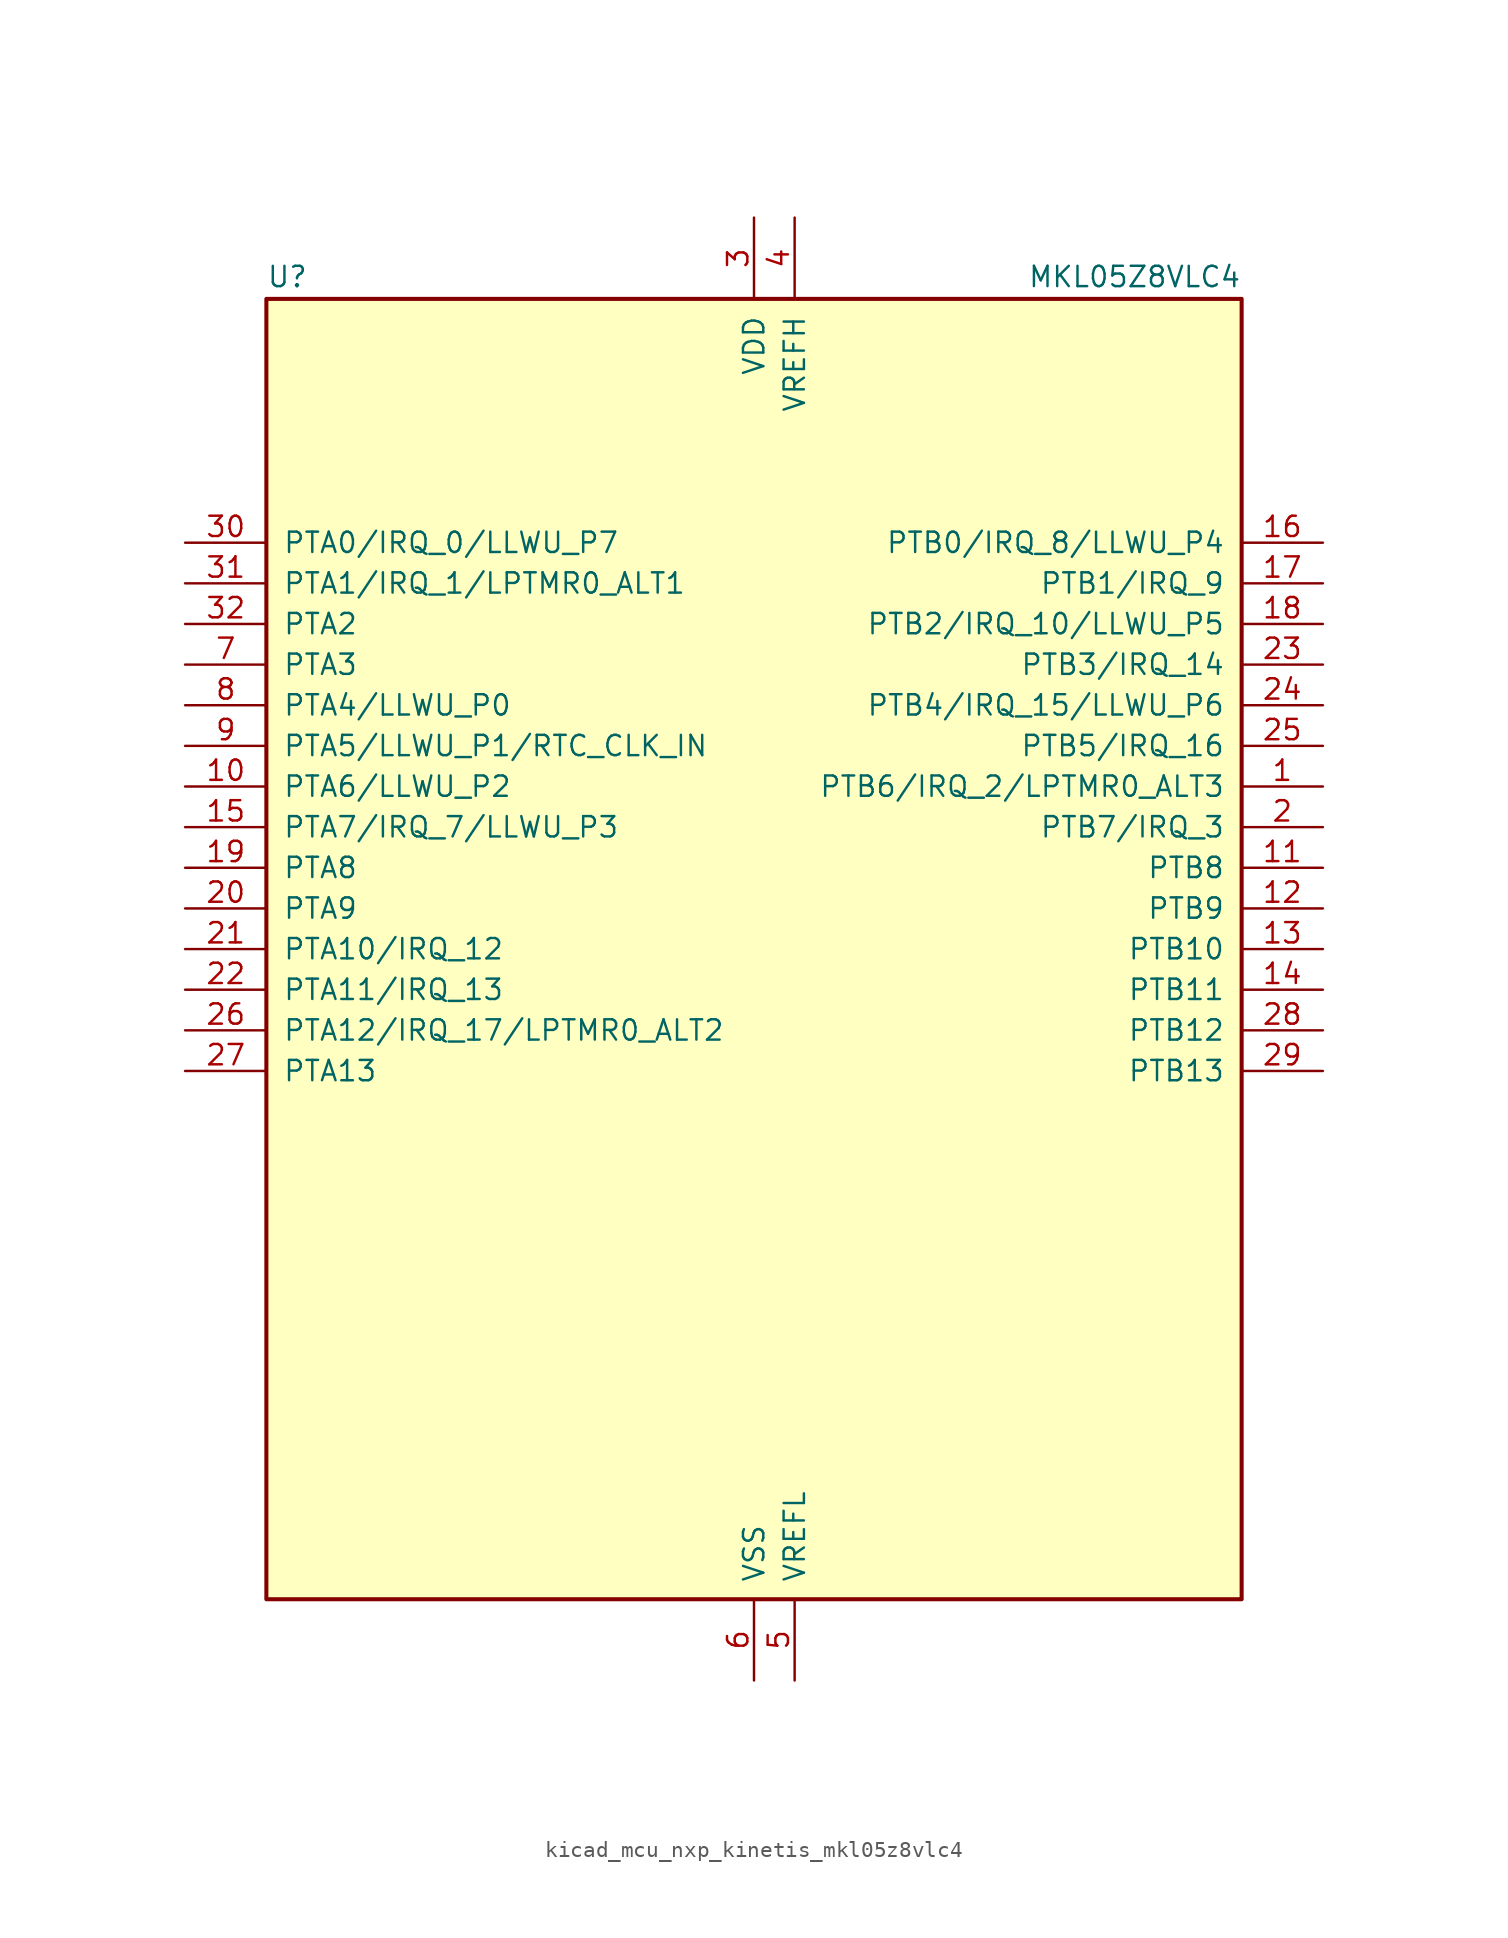
<source format=kicad_sym>
(kicad_symbol_lib
  (version 20220914)
  (generator kicad_symbol_editor)
  (symbol "kicad_mcu_nxp_kinetis_mkl05z8vlc4"
    (pin_names
      (offset 1.016))
    (property "Reference" "U"
      (at -30.48 41.275 0)
      (effects (font (size 1.27 1.27)) (justify left bottom)))
    (property "Value" "MKL05Z8VLC4"
      (at 30.48 41.275 0)
      (effects (font (size 1.27 1.27)) (justify right bottom)))
    (symbol "kicad_mcu_nxp_kinetis_mkl05z8vlc4_0_1"
      (rectangle (start -30.48 40.64) (end 30.48 -40.64) (stroke (width 0.254) (type default)) (fill (type background))))
    (symbol "kicad_mcu_nxp_kinetis_mkl05z8vlc4_1_1"
      (pin bidirectional line (at 35.56 10.16 180) (length 5.08) (name "PTB6/IRQ_2/LPTMR0_ALT3" (effects (font (size 1.27 1.27)))) (number "1" (effects (font (size 1.27 1.27)))))
      (pin bidirectional line (at -35.56 10.16 0) (length 5.08) (name "PTA6/LLWU_P2" (effects (font (size 1.27 1.27)))) (number "10" (effects (font (size 1.27 1.27)))))
      (pin bidirectional line (at 35.56 5.08 180) (length 5.08) (name "PTB8" (effects (font (size 1.27 1.27)))) (number "11" (effects (font (size 1.27 1.27)))))
      (pin bidirectional line (at 35.56 2.54 180) (length 5.08) (name "PTB9" (effects (font (size 1.27 1.27)))) (number "12" (effects (font (size 1.27 1.27)))))
      (pin bidirectional line (at 35.56 0 180) (length 5.08) (name "PTB10" (effects (font (size 1.27 1.27)))) (number "13" (effects (font (size 1.27 1.27)))))
      (pin bidirectional line (at 35.56 -2.54 180) (length 5.08) (name "PTB11" (effects (font (size 1.27 1.27)))) (number "14" (effects (font (size 1.27 1.27)))))
      (pin bidirectional line (at -35.56 7.62 0) (length 5.08) (name "PTA7/IRQ_7/LLWU_P3" (effects (font (size 1.27 1.27)))) (number "15" (effects (font (size 1.27 1.27)))))
      (pin bidirectional line (at 35.56 25.4 180) (length 5.08) (name "PTB0/IRQ_8/LLWU_P4" (effects (font (size 1.27 1.27)))) (number "16" (effects (font (size 1.27 1.27)))))
      (pin bidirectional line (at 35.56 22.86 180) (length 5.08) (name "PTB1/IRQ_9" (effects (font (size 1.27 1.27)))) (number "17" (effects (font (size 1.27 1.27)))))
      (pin bidirectional line (at 35.56 20.32 180) (length 5.08) (name "PTB2/IRQ_10/LLWU_P5" (effects (font (size 1.27 1.27)))) (number "18" (effects (font (size 1.27 1.27)))))
      (pin bidirectional line (at -35.56 5.08 0) (length 5.08) (name "PTA8" (effects (font (size 1.27 1.27)))) (number "19" (effects (font (size 1.27 1.27)))))
      (pin bidirectional line (at 35.56 7.62 180) (length 5.08) (name "PTB7/IRQ_3" (effects (font (size 1.27 1.27)))) (number "2" (effects (font (size 1.27 1.27)))))
      (pin bidirectional line (at -35.56 2.54 0) (length 5.08) (name "PTA9" (effects (font (size 1.27 1.27)))) (number "20" (effects (font (size 1.27 1.27)))))
      (pin bidirectional line (at -35.56 0 0) (length 5.08) (name "PTA10/IRQ_12" (effects (font (size 1.27 1.27)))) (number "21" (effects (font (size 1.27 1.27)))))
      (pin bidirectional line (at -35.56 -2.54 0) (length 5.08) (name "PTA11/IRQ_13" (effects (font (size 1.27 1.27)))) (number "22" (effects (font (size 1.27 1.27)))))
      (pin bidirectional line (at 35.56 17.78 180) (length 5.08) (name "PTB3/IRQ_14" (effects (font (size 1.27 1.27)))) (number "23" (effects (font (size 1.27 1.27)))))
      (pin bidirectional line (at 35.56 15.24 180) (length 5.08) (name "PTB4/IRQ_15/LLWU_P6" (effects (font (size 1.27 1.27)))) (number "24" (effects (font (size 1.27 1.27)))))
      (pin bidirectional line (at 35.56 12.7 180) (length 5.08) (name "PTB5/IRQ_16" (effects (font (size 1.27 1.27)))) (number "25" (effects (font (size 1.27 1.27)))))
      (pin bidirectional line (at -35.56 -5.08 0) (length 5.08) (name "PTA12/IRQ_17/LPTMR0_ALT2" (effects (font (size 1.27 1.27)))) (number "26" (effects (font (size 1.27 1.27)))))
      (pin bidirectional line (at -35.56 -7.62 0) (length 5.08) (name "PTA13" (effects (font (size 1.27 1.27)))) (number "27" (effects (font (size 1.27 1.27)))))
      (pin bidirectional line (at 35.56 -5.08 180) (length 5.08) (name "PTB12" (effects (font (size 1.27 1.27)))) (number "28" (effects (font (size 1.27 1.27)))))
      (pin bidirectional line (at 35.56 -7.62 180) (length 5.08) (name "PTB13" (effects (font (size 1.27 1.27)))) (number "29" (effects (font (size 1.27 1.27)))))
      (pin power_in line (at 0 45.72 270) (length 5.08) (name "VDD" (effects (font (size 1.27 1.27)))) (number "3" (effects (font (size 1.27 1.27)))))
      (pin bidirectional line (at -35.56 25.4 0) (length 5.08) (name "PTA0/IRQ_0/LLWU_P7" (effects (font (size 1.27 1.27)))) (number "30" (effects (font (size 1.27 1.27)))))
      (pin bidirectional line (at -35.56 22.86 0) (length 5.08) (name "PTA1/IRQ_1/LPTMR0_ALT1" (effects (font (size 1.27 1.27)))) (number "31" (effects (font (size 1.27 1.27)))))
      (pin bidirectional line (at -35.56 20.32 0) (length 5.08) (name "PTA2" (effects (font (size 1.27 1.27)))) (number "32" (effects (font (size 1.27 1.27)))))
      (pin power_in line (at 2.54 45.72 270) (length 5.08) (name "VREFH" (effects (font (size 1.27 1.27)))) (number "4" (effects (font (size 1.27 1.27)))))
      (pin power_in line (at 2.54 -45.72 90) (length 5.08) (name "VREFL" (effects (font (size 1.27 1.27)))) (number "5" (effects (font (size 1.27 1.27)))))
      (pin power_in line (at 0 -45.72 90) (length 5.08) (name "VSS" (effects (font (size 1.27 1.27)))) (number "6" (effects (font (size 1.27 1.27)))))
      (pin bidirectional line (at -35.56 17.78 0) (length 5.08) (name "PTA3" (effects (font (size 1.27 1.27)))) (number "7" (effects (font (size 1.27 1.27)))))
      (pin bidirectional line (at -35.56 15.24 0) (length 5.08) (name "PTA4/LLWU_P0" (effects (font (size 1.27 1.27)))) (number "8" (effects (font (size 1.27 1.27)))))
      (pin bidirectional line (at -35.56 12.7 0) (length 5.08) (name "PTA5/LLWU_P1/RTC_CLK_IN" (effects (font (size 1.27 1.27)))) (number "9" (effects (font (size 1.27 1.27))))))))
</source>
